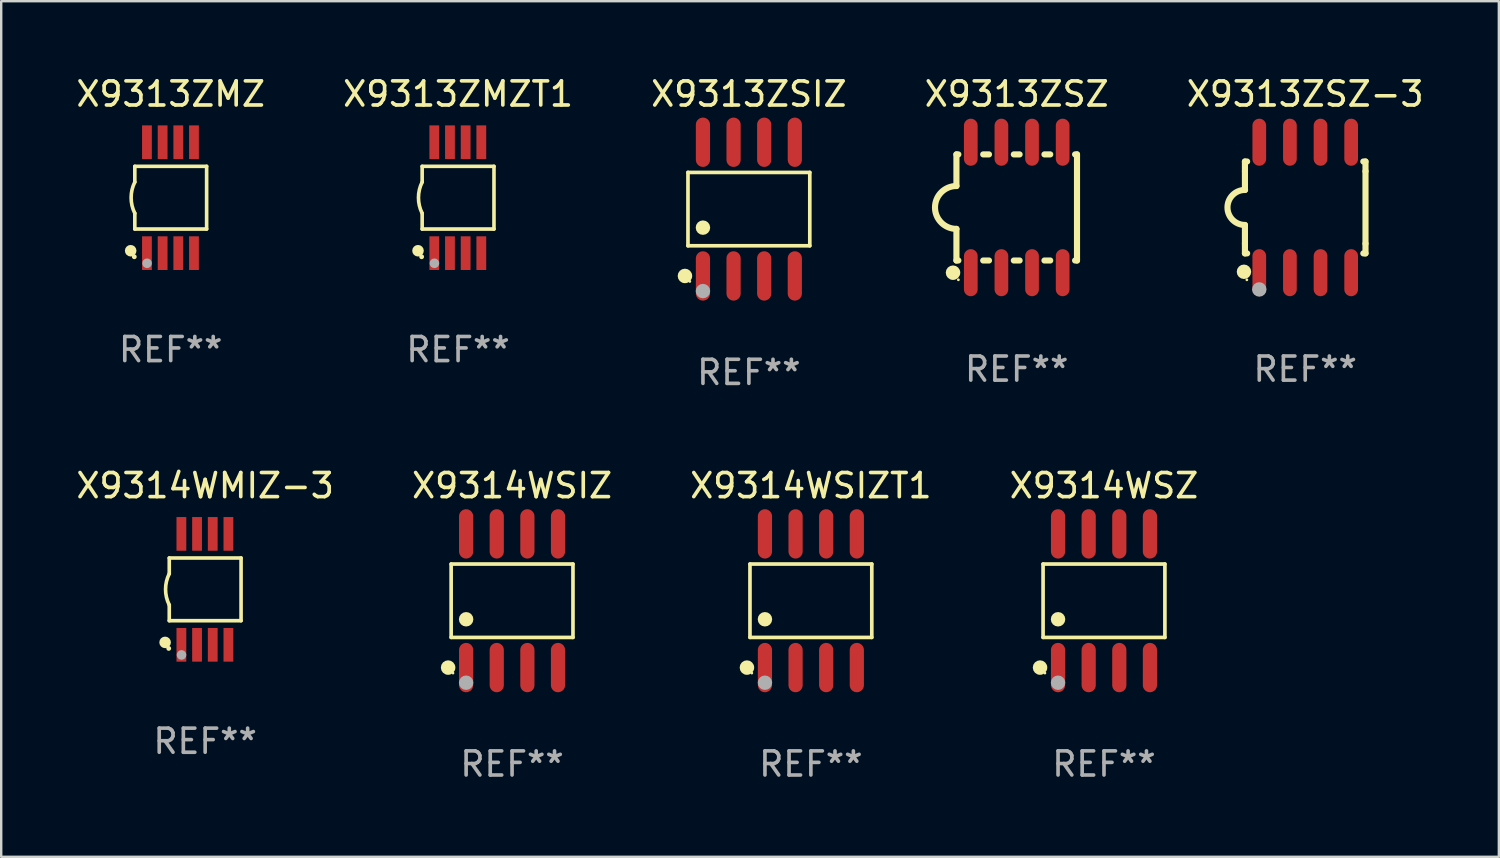
<source format=kicad_pcb>
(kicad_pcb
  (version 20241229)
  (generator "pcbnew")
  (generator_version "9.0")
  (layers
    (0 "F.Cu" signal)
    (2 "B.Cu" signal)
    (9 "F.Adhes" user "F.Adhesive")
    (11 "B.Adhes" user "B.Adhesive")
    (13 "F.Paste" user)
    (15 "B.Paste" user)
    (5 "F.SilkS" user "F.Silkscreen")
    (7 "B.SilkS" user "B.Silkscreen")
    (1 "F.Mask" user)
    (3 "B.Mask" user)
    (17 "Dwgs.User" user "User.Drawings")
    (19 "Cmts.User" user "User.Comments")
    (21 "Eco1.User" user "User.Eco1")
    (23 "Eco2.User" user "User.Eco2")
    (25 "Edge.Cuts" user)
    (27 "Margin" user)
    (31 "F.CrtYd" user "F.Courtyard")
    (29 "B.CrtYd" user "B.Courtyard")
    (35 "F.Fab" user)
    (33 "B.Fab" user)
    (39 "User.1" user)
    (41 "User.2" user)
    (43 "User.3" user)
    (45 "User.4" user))
  (footprint "X9314WSIZ"
    (layer "F.Cu")
    (at 18.185 21.862)
    (property "Reference" "X9314WSIZ" (at 0 -4.772 0) (layer "F.SilkS") (effects (font (size 1 1) (thickness 0.15))))
    (attr through_hole)
    (fp_line (start -2.526 -1.521) (end 2.526 -1.521) (stroke (width 0.152) (type solid)) (layer "F.SilkS"))
    (fp_line (start -2.526 1.521) (end -2.526 -1.521) (stroke (width 0.152) (type solid)) (layer "F.SilkS"))
    (fp_line (start 2.526 -1.521) (end 2.526 1.521) (stroke (width 0.152) (type solid)) (layer "F.SilkS"))
    (fp_line (start 2.526 1.521) (end -2.526 1.521) (stroke (width 0.152) (type solid)) (layer "F.SilkS"))
    (fp_circle (center -2.652 2.772) (end -2.501 2.772) (stroke (width 0.3) (type solid)) (fill no) (layer "F.SilkS"))
    (fp_circle (center -2.45 3) (end -2.42 3) (stroke (width 0.06) (type solid)) (fill no) (layer "F.SilkS"))
    (fp_circle (center -1.905 0.769) (end -1.755 0.769) (stroke (width 0.3) (type solid)) (fill no) (layer "F.SilkS"))
    (fp_circle (center -1.905 3.4) (end -1.755 3.4) (stroke (width 0.3) (type solid)) (fill no) (layer "F.Fab"))
    (fp_text user "REF**" (at 0 6.772 0) (layer "F.Fab") (effects (font (size 1 1) (thickness 0.15))))
    (pad "1" smd oval (at -1.905 2.772) (size 0.588 2.045) (layers "F.Cu" "F.Mask" "F.Paste"))
    (pad "2" smd oval (at -0.635 2.772) (size 0.588 2.045) (layers "F.Cu" "F.Mask" "F.Paste"))
    (pad "3" smd oval (at 0.635 2.772) (size 0.588 2.045) (layers "F.Cu" "F.Mask" "F.Paste"))
    (pad "4" smd oval (at 1.905 2.772) (size 0.588 2.045) (layers "F.Cu" "F.Mask" "F.Paste"))
    (pad "5" smd oval (at 1.905 -2.772) (size 0.588 2.045) (layers "F.Cu" "F.Mask" "F.Paste"))
    (pad "6" smd oval (at 0.635 -2.772) (size 0.588 2.045) (layers "F.Cu" "F.Mask" "F.Paste"))
    (pad "7" smd oval (at -0.635 -2.772) (size 0.588 2.045) (layers "F.Cu" "F.Mask" "F.Paste"))
    (pad "8" smd oval (at -1.905 -2.772) (size 0.588 2.045) (layers "F.Cu" "F.Mask" "F.Paste")))
  (footprint "X9313ZMZ"
    (layer "F.Cu")
    (at 4.03 5.148)
    (property "Reference" "X9313ZMZ" (at 0 -4.3 0) (layer "F.SilkS") (effects (font (size 1 1) (thickness 0.15))))
    (attr through_hole)
    (fp_line (start -1.489 -1.3) (end -1.489 -0.648) (stroke (width 0.15) (type solid)) (layer "F.SilkS"))
    (fp_line (start -1.489 0.648) (end -1.489 1.3) (stroke (width 0.15) (type solid)) (layer "F.SilkS"))
    (fp_line (start -1.489 1.3) (end 1.489 1.3) (stroke (width 0.15) (type solid)) (layer "F.SilkS"))
    (fp_line (start 1.489 -1.3) (end -1.489 -1.3) (stroke (width 0.15) (type solid)) (layer "F.SilkS"))
    (fp_line (start 1.489 1.3) (end 1.489 -1.3) (stroke (width 0.15) (type solid)) (layer "F.SilkS"))
    (fp_arc (start -1.489205 0.647702) (mid -1.642107 0) (end -1.489205 -0.647701) (stroke (width 0.150013) (type solid)) (layer "F.SilkS"))
    (fp_circle (center -1.661 2.2) (end -1.541 2.2) (stroke (width 0.24) (type solid)) (fill no) (layer "F.SilkS"))
    (fp_circle (center -1.511 2.45) (end -1.461 2.45) (stroke (width 0.1) (type solid)) (fill no) (layer "F.SilkS"))
    (fp_circle (center -0.981 2.72) (end -0.881 2.72) (stroke (width 0.2) (type solid)) (fill no) (layer "F.Fab"))
    (fp_text user "REF**" (at 0 6.3 0) (layer "F.Fab") (effects (font (size 1 1) (thickness 0.15))))
    (pad "1" smd rect (at -0.986 2.3) (size 0.406 1.397) (layers "F.Cu" "F.Mask" "F.Paste"))
    (pad "2" smd rect (at -0.336 2.3) (size 0.406 1.397) (layers "F.Cu" "F.Mask" "F.Paste"))
    (pad "3" smd rect (at 0.314 2.3) (size 0.406 1.397) (layers "F.Cu" "F.Mask" "F.Paste"))
    (pad "4" smd rect (at 0.964 2.3) (size 0.406 1.397) (layers "F.Cu" "F.Mask" "F.Paste"))
    (pad "5" smd rect (at 0.964 -2.3) (size 0.406 1.397) (layers "F.Cu" "F.Mask" "F.Paste"))
    (pad "6" smd rect (at 0.314 -2.3) (size 0.406 1.397) (layers "F.Cu" "F.Mask" "F.Paste"))
    (pad "7" smd rect (at -0.336 -2.3) (size 0.406 1.397) (layers "F.Cu" "F.Mask" "F.Paste"))
    (pad "8" smd rect (at -0.986 -2.3) (size 0.406 1.397) (layers "F.Cu" "F.Mask" "F.Paste")))
  (footprint "X9313ZMZT1"
    (layer "F.Cu")
    (at 15.946 5.148)
    (property "Reference" "X9313ZMZT1" (at 0 -4.3 0) (layer "F.SilkS") (effects (font (size 1 1) (thickness 0.15))))
    (attr through_hole)
    (fp_line (start -1.489 -1.3) (end -1.489 -0.648) (stroke (width 0.15) (type solid)) (layer "F.SilkS"))
    (fp_line (start -1.489 0.648) (end -1.489 1.3) (stroke (width 0.15) (type solid)) (layer "F.SilkS"))
    (fp_line (start -1.489 1.3) (end 1.489 1.3) (stroke (width 0.15) (type solid)) (layer "F.SilkS"))
    (fp_line (start 1.489 -1.3) (end -1.489 -1.3) (stroke (width 0.15) (type solid)) (layer "F.SilkS"))
    (fp_line (start 1.489 1.3) (end 1.489 -1.3) (stroke (width 0.15) (type solid)) (layer "F.SilkS"))
    (fp_arc (start -1.489205 0.647702) (mid -1.642107 0) (end -1.489205 -0.647701) (stroke (width 0.150013) (type solid)) (layer "F.SilkS"))
    (fp_circle (center -1.661 2.2) (end -1.541 2.2) (stroke (width 0.24) (type solid)) (fill no) (layer "F.SilkS"))
    (fp_circle (center -1.511 2.45) (end -1.461 2.45) (stroke (width 0.1) (type solid)) (fill no) (layer "F.SilkS"))
    (fp_circle (center -0.981 2.72) (end -0.881 2.72) (stroke (width 0.2) (type solid)) (fill no) (layer "F.Fab"))
    (fp_text user "REF**" (at 0 6.3 0) (layer "F.Fab") (effects (font (size 1 1) (thickness 0.15))))
    (pad "1" smd rect (at -0.986 2.3) (size 0.406 1.397) (layers "F.Cu" "F.Mask" "F.Paste"))
    (pad "2" smd rect (at -0.336 2.3) (size 0.406 1.397) (layers "F.Cu" "F.Mask" "F.Paste"))
    (pad "3" smd rect (at 0.314 2.3) (size 0.406 1.397) (layers "F.Cu" "F.Mask" "F.Paste"))
    (pad "4" smd rect (at 0.964 2.3) (size 0.406 1.397) (layers "F.Cu" "F.Mask" "F.Paste"))
    (pad "5" smd rect (at 0.964 -2.3) (size 0.406 1.397) (layers "F.Cu" "F.Mask" "F.Paste"))
    (pad "6" smd rect (at 0.314 -2.3) (size 0.406 1.397) (layers "F.Cu" "F.Mask" "F.Paste"))
    (pad "7" smd rect (at -0.336 -2.3) (size 0.406 1.397) (layers "F.Cu" "F.Mask" "F.Paste"))
    (pad "8" smd rect (at -0.986 -2.3) (size 0.406 1.397) (layers "F.Cu" "F.Mask" "F.Paste")))
  (footprint "X9313ZSZ"
    (layer "F.Cu")
    (at 39.113 5.553)
    (property "Reference" "X9313ZSZ" (at 0 -4.705 0) (layer "F.SilkS") (effects (font (size 1 1) (thickness 0.15))))
    (attr through_hole)
    (fp_line (start -2.5 -2.2) (end -2.5 -0.889) (stroke (width 0.254) (type solid)) (layer "F.SilkS"))
    (fp_line (start -2.5 2.2) (end -2.5 0.889) (stroke (width 0.254) (type solid)) (layer "F.SilkS"))
    (fp_line (start -2.42 -2.2) (end -2.5 -2.2) (stroke (width 0.254) (type solid)) (layer "F.SilkS"))
    (fp_line (start -2.42 2.2) (end -2.5 2.2) (stroke (width 0.254) (type solid)) (layer "F.SilkS"))
    (fp_line (start -1.15 -2.2) (end -1.39 -2.2) (stroke (width 0.254) (type solid)) (layer "F.SilkS"))
    (fp_line (start -1.15 2.2) (end -1.39 2.2) (stroke (width 0.254) (type solid)) (layer "F.SilkS"))
    (fp_line (start 0.12 -2.2) (end -0.12 -2.2) (stroke (width 0.254) (type solid)) (layer "F.SilkS"))
    (fp_line (start 0.12 2.2) (end -0.12 2.2) (stroke (width 0.254) (type solid)) (layer "F.SilkS"))
    (fp_line (start 1.39 -2.2) (end 1.15 -2.2) (stroke (width 0.254) (type solid)) (layer "F.SilkS"))
    (fp_line (start 1.39 2.2) (end 1.15 2.2) (stroke (width 0.254) (type solid)) (layer "F.SilkS"))
    (fp_line (start 2.5 -2.2) (end 2.42 -2.2) (stroke (width 0.254) (type solid)) (layer "F.SilkS"))
    (fp_line (start 2.5 -2.2) (end 2.5 2.2) (stroke (width 0.254) (type solid)) (layer "F.SilkS"))
    (fp_line (start 2.5 2.2) (end 2.42 2.2) (stroke (width 0.254) (type solid)) (layer "F.SilkS"))
    (fp_arc (start -2.5 0.889002) (mid -3.388367 -0.000318) (end -2.499365 -0.889002) (stroke (width 0.254001) (type solid)) (layer "F.SilkS"))
    (fp_circle (center -2.642 2.705) (end -2.491 2.705) (stroke (width 0.3) (type solid)) (fill no) (layer "F.SilkS"))
    (fp_circle (center -2.42 3) (end -2.39 3) (stroke (width 0.06) (type solid)) (fill no) (layer "F.SilkS"))
    (fp_text user "REF**" (at 0 6.705 0) (layer "F.Fab") (effects (font (size 1 1) (thickness 0.15))))
    (pad "1" smd oval (at -1.905 2.705) (size 0.568 1.95) (layers "F.Cu" "F.Mask" "F.Paste"))
    (pad "2" smd oval (at -0.635 2.705) (size 0.568 1.95) (layers "F.Cu" "F.Mask" "F.Paste"))
    (pad "3" smd oval (at 0.635 2.705) (size 0.568 1.95) (layers "F.Cu" "F.Mask" "F.Paste"))
    (pad "4" smd oval (at 1.905 2.705) (size 0.568 1.95) (layers "F.Cu" "F.Mask" "F.Paste"))
    (pad "5" smd oval (at 1.905 -2.705) (size 0.568 1.95) (layers "F.Cu" "F.Mask" "F.Paste"))
    (pad "6" smd oval (at 0.635 -2.705) (size 0.568 1.95) (layers "F.Cu" "F.Mask" "F.Paste"))
    (pad "7" smd oval (at -0.635 -2.705) (size 0.568 1.95) (layers "F.Cu" "F.Mask" "F.Paste"))
    (pad "8" smd oval (at -1.905 -2.705) (size 0.568 1.95) (layers "F.Cu" "F.Mask" "F.Paste")))
  (footprint "X9314WSZ"
    (layer "F.Cu")
    (at 42.732 21.862)
    (property "Reference" "X9314WSZ" (at 0 -4.772 0) (layer "F.SilkS") (effects (font (size 1 1) (thickness 0.15))))
    (attr through_hole)
    (fp_line (start -2.526 -1.521) (end 2.526 -1.521) (stroke (width 0.152) (type solid)) (layer "F.SilkS"))
    (fp_line (start -2.526 1.521) (end -2.526 -1.521) (stroke (width 0.152) (type solid)) (layer "F.SilkS"))
    (fp_line (start 2.526 -1.521) (end 2.526 1.521) (stroke (width 0.152) (type solid)) (layer "F.SilkS"))
    (fp_line (start 2.526 1.521) (end -2.526 1.521) (stroke (width 0.152) (type solid)) (layer "F.SilkS"))
    (fp_circle (center -2.652 2.772) (end -2.501 2.772) (stroke (width 0.3) (type solid)) (fill no) (layer "F.SilkS"))
    (fp_circle (center -2.45 3) (end -2.42 3) (stroke (width 0.06) (type solid)) (fill no) (layer "F.SilkS"))
    (fp_circle (center -1.905 0.769) (end -1.755 0.769) (stroke (width 0.3) (type solid)) (fill no) (layer "F.SilkS"))
    (fp_circle (center -1.905 3.4) (end -1.755 3.4) (stroke (width 0.3) (type solid)) (fill no) (layer "F.Fab"))
    (fp_text user "REF**" (at 0 6.772 0) (layer "F.Fab") (effects (font (size 1 1) (thickness 0.15))))
    (pad "1" smd oval (at -1.905 2.772) (size 0.588 2.045) (layers "F.Cu" "F.Mask" "F.Paste"))
    (pad "2" smd oval (at -0.635 2.772) (size 0.588 2.045) (layers "F.Cu" "F.Mask" "F.Paste"))
    (pad "3" smd oval (at 0.635 2.772) (size 0.588 2.045) (layers "F.Cu" "F.Mask" "F.Paste"))
    (pad "4" smd oval (at 1.905 2.772) (size 0.588 2.045) (layers "F.Cu" "F.Mask" "F.Paste"))
    (pad "5" smd oval (at 1.905 -2.772) (size 0.588 2.045) (layers "F.Cu" "F.Mask" "F.Paste"))
    (pad "6" smd oval (at 0.635 -2.772) (size 0.588 2.045) (layers "F.Cu" "F.Mask" "F.Paste"))
    (pad "7" smd oval (at -0.635 -2.772) (size 0.588 2.045) (layers "F.Cu" "F.Mask" "F.Paste"))
    (pad "8" smd oval (at -1.905 -2.772) (size 0.588 2.045) (layers "F.Cu" "F.Mask" "F.Paste")))
  (footprint "X9313ZSIZ"
    (layer "F.Cu")
    (at 28.006 5.621)
    (property "Reference" "X9313ZSIZ" (at 0 -4.772 0) (layer "F.SilkS") (effects (font (size 1 1) (thickness 0.15))))
    (attr through_hole)
    (fp_line (start -2.526 -1.521) (end 2.526 -1.521) (stroke (width 0.152) (type solid)) (layer "F.SilkS"))
    (fp_line (start -2.526 1.521) (end -2.526 -1.521) (stroke (width 0.152) (type solid)) (layer "F.SilkS"))
    (fp_line (start 2.526 -1.521) (end 2.526 1.521) (stroke (width 0.152) (type solid)) (layer "F.SilkS"))
    (fp_line (start 2.526 1.521) (end -2.526 1.521) (stroke (width 0.152) (type solid)) (layer "F.SilkS"))
    (fp_circle (center -2.652 2.772) (end -2.501 2.772) (stroke (width 0.3) (type solid)) (fill no) (layer "F.SilkS"))
    (fp_circle (center -2.45 3) (end -2.42 3) (stroke (width 0.06) (type solid)) (fill no) (layer "F.SilkS"))
    (fp_circle (center -1.905 0.769) (end -1.755 0.769) (stroke (width 0.3) (type solid)) (fill no) (layer "F.SilkS"))
    (fp_circle (center -1.905 3.4) (end -1.755 3.4) (stroke (width 0.3) (type solid)) (fill no) (layer "F.Fab"))
    (fp_text user "REF**" (at 0 6.772 0) (layer "F.Fab") (effects (font (size 1 1) (thickness 0.15))))
    (pad "1" smd oval (at -1.905 2.772) (size 0.588 2.045) (layers "F.Cu" "F.Mask" "F.Paste"))
    (pad "2" smd oval (at -0.635 2.772) (size 0.588 2.045) (layers "F.Cu" "F.Mask" "F.Paste"))
    (pad "3" smd oval (at 0.635 2.772) (size 0.588 2.045) (layers "F.Cu" "F.Mask" "F.Paste"))
    (pad "4" smd oval (at 1.905 2.772) (size 0.588 2.045) (layers "F.Cu" "F.Mask" "F.Paste"))
    (pad "5" smd oval (at 1.905 -2.772) (size 0.588 2.045) (layers "F.Cu" "F.Mask" "F.Paste"))
    (pad "6" smd oval (at 0.635 -2.772) (size 0.588 2.045) (layers "F.Cu" "F.Mask" "F.Paste"))
    (pad "7" smd oval (at -0.635 -2.772) (size 0.588 2.045) (layers "F.Cu" "F.Mask" "F.Paste"))
    (pad "8" smd oval (at -1.905 -2.772) (size 0.588 2.045) (layers "F.Cu" "F.Mask" "F.Paste")))
  (footprint "X9314WMIZ-3"
    (layer "F.Cu")
    (at 5.458 21.39)
    (property "Reference" "X9314WMIZ-3" (at 0 -4.3 0) (layer "F.SilkS") (effects (font (size 1 1) (thickness 0.15))))
    (attr through_hole)
    (fp_line (start -1.489 -1.3) (end -1.489 -0.648) (stroke (width 0.15) (type solid)) (layer "F.SilkS"))
    (fp_line (start -1.489 0.648) (end -1.489 1.3) (stroke (width 0.15) (type solid)) (layer "F.SilkS"))
    (fp_line (start -1.489 1.3) (end 1.489 1.3) (stroke (width 0.15) (type solid)) (layer "F.SilkS"))
    (fp_line (start 1.489 -1.3) (end -1.489 -1.3) (stroke (width 0.15) (type solid)) (layer "F.SilkS"))
    (fp_line (start 1.489 1.3) (end 1.489 -1.3) (stroke (width 0.15) (type solid)) (layer "F.SilkS"))
    (fp_arc (start -1.489205 0.647702) (mid -1.642107 0) (end -1.489205 -0.647701) (stroke (width 0.150013) (type solid)) (layer "F.SilkS"))
    (fp_circle (center -1.661 2.2) (end -1.541 2.2) (stroke (width 0.24) (type solid)) (fill no) (layer "F.SilkS"))
    (fp_circle (center -1.511 2.45) (end -1.461 2.45) (stroke (width 0.1) (type solid)) (fill no) (layer "F.SilkS"))
    (fp_circle (center -0.981 2.72) (end -0.881 2.72) (stroke (width 0.2) (type solid)) (fill no) (layer "F.Fab"))
    (fp_text user "REF**" (at 0 6.3 0) (layer "F.Fab") (effects (font (size 1 1) (thickness 0.15))))
    (pad "1" smd rect (at -0.986 2.3) (size 0.406 1.397) (layers "F.Cu" "F.Mask" "F.Paste"))
    (pad "2" smd rect (at -0.336 2.3) (size 0.406 1.397) (layers "F.Cu" "F.Mask" "F.Paste"))
    (pad "3" smd rect (at 0.314 2.3) (size 0.406 1.397) (layers "F.Cu" "F.Mask" "F.Paste"))
    (pad "4" smd rect (at 0.964 2.3) (size 0.406 1.397) (layers "F.Cu" "F.Mask" "F.Paste"))
    (pad "5" smd rect (at 0.964 -2.3) (size 0.406 1.397) (layers "F.Cu" "F.Mask" "F.Paste"))
    (pad "6" smd rect (at 0.314 -2.3) (size 0.406 1.397) (layers "F.Cu" "F.Mask" "F.Paste"))
    (pad "7" smd rect (at -0.336 -2.3) (size 0.406 1.397) (layers "F.Cu" "F.Mask" "F.Paste"))
    (pad "8" smd rect (at -0.986 -2.3) (size 0.406 1.397) (layers "F.Cu" "F.Mask" "F.Paste")))
  (footprint "X9313ZSZ-3"
    (layer "F.Cu")
    (at 51.077 5.553)
    (property "Reference" "X9313ZSZ-3" (at 0 -4.705 0) (layer "F.SilkS") (effects (font (size 1 1) (thickness 0.15))))
    (attr through_hole)
    (fp_line (start -2.5 -1.905) (end -2.409 -1.905) (stroke (width 0.254) (type solid)) (layer "F.SilkS"))
    (fp_line (start -2.5 -1.5) (end -2.5 -1.905) (stroke (width 0.254) (type solid)) (layer "F.SilkS"))
    (fp_line (start -2.5 -1.5) (end -2.5 -0.726) (stroke (width 0.254) (type solid)) (layer "F.SilkS"))
    (fp_line (start -2.5 1.5) (end -2.5 0.727) (stroke (width 0.254) (type solid)) (layer "F.SilkS"))
    (fp_line (start -2.5 1.5) (end -2.5 1.905) (stroke (width 0.254) (type solid)) (layer "F.SilkS"))
    (fp_line (start -2.5 1.905) (end -2.409 1.905) (stroke (width 0.254) (type solid)) (layer "F.SilkS"))
    (fp_line (start 2.5 -1.905) (end 2.409 -1.905) (stroke (width 0.254) (type solid)) (layer "F.SilkS"))
    (fp_line (start 2.5 -1.5) (end 2.5 -1.905) (stroke (width 0.254) (type solid)) (layer "F.SilkS"))
    (fp_line (start 2.5 -1.5) (end 2.5 1.5) (stroke (width 0.254) (type solid)) (layer "F.SilkS"))
    (fp_line (start 2.5 1.5) (end 2.5 1.905) (stroke (width 0.254) (type solid)) (layer "F.SilkS"))
    (fp_line (start 2.5 1.905) (end 2.409 1.905) (stroke (width 0.254) (type solid)) (layer "F.SilkS"))
    (fp_arc (start -2.5 0.726568) (mid -3.220316 -0.0023) (end -2.495097 -0.726289) (stroke (width 0.254001) (type solid)) (layer "F.SilkS"))
    (fp_circle (center -2.54 2.667) (end -2.39 2.667) (stroke (width 0.3) (type solid)) (fill no) (layer "F.SilkS"))
    (fp_circle (center -2.42 3) (end -2.39 3) (stroke (width 0.06) (type solid)) (fill no) (layer "F.SilkS"))
    (fp_circle (center -1.905 3.4) (end -1.755 3.4) (stroke (width 0.3) (type solid)) (fill no) (layer "F.Fab"))
    (fp_text user "REF**" (at 0 6.705 0) (layer "F.Fab") (effects (font (size 1 1) (thickness 0.15))))
    (pad "1" smd oval (at -1.905 2.705) (size 0.568 1.95) (layers "F.Cu" "F.Mask" "F.Paste"))
    (pad "2" smd oval (at -0.635 2.705) (size 0.568 1.95) (layers "F.Cu" "F.Mask" "F.Paste"))
    (pad "3" smd oval (at 0.635 2.705) (size 0.568 1.95) (layers "F.Cu" "F.Mask" "F.Paste"))
    (pad "4" smd oval (at 1.905 2.705) (size 0.568 1.95) (layers "F.Cu" "F.Mask" "F.Paste"))
    (pad "5" smd oval (at 1.905 -2.705) (size 0.568 1.95) (layers "F.Cu" "F.Mask" "F.Paste"))
    (pad "6" smd oval (at 0.635 -2.705) (size 0.568 1.95) (layers "F.Cu" "F.Mask" "F.Paste"))
    (pad "7" smd oval (at -0.635 -2.705) (size 0.568 1.95) (layers "F.Cu" "F.Mask" "F.Paste"))
    (pad "8" smd oval (at -1.905 -2.705) (size 0.568 1.95) (layers "F.Cu" "F.Mask" "F.Paste")))
  (footprint "X9314WSIZT1"
    (layer "F.Cu")
    (at 30.577 21.862)
    (property "Reference" "X9314WSIZT1" (at 0 -4.772 0) (layer "F.SilkS") (effects (font (size 1 1) (thickness 0.15))))
    (attr through_hole)
    (fp_line (start -2.526 -1.521) (end 2.526 -1.521) (stroke (width 0.152) (type solid)) (layer "F.SilkS"))
    (fp_line (start -2.526 1.521) (end -2.526 -1.521) (stroke (width 0.152) (type solid)) (layer "F.SilkS"))
    (fp_line (start 2.526 -1.521) (end 2.526 1.521) (stroke (width 0.152) (type solid)) (layer "F.SilkS"))
    (fp_line (start 2.526 1.521) (end -2.526 1.521) (stroke (width 0.152) (type solid)) (layer "F.SilkS"))
    (fp_circle (center -2.652 2.772) (end -2.501 2.772) (stroke (width 0.3) (type solid)) (fill no) (layer "F.SilkS"))
    (fp_circle (center -2.45 3) (end -2.42 3) (stroke (width 0.06) (type solid)) (fill no) (layer "F.SilkS"))
    (fp_circle (center -1.905 0.769) (end -1.755 0.769) (stroke (width 0.3) (type solid)) (fill no) (layer "F.SilkS"))
    (fp_circle (center -1.905 3.4) (end -1.755 3.4) (stroke (width 0.3) (type solid)) (fill no) (layer "F.Fab"))
    (fp_text user "REF**" (at 0 6.772 0) (layer "F.Fab") (effects (font (size 1 1) (thickness 0.15))))
    (pad "1" smd oval (at -1.905 2.772) (size 0.588 2.045) (layers "F.Cu" "F.Mask" "F.Paste"))
    (pad "2" smd oval (at -0.635 2.772) (size 0.588 2.045) (layers "F.Cu" "F.Mask" "F.Paste"))
    (pad "3" smd oval (at 0.635 2.772) (size 0.588 2.045) (layers "F.Cu" "F.Mask" "F.Paste"))
    (pad "4" smd oval (at 1.905 2.772) (size 0.588 2.045) (layers "F.Cu" "F.Mask" "F.Paste"))
    (pad "5" smd oval (at 1.905 -2.772) (size 0.588 2.045) (layers "F.Cu" "F.Mask" "F.Paste"))
    (pad "6" smd oval (at 0.635 -2.772) (size 0.588 2.045) (layers "F.Cu" "F.Mask" "F.Paste"))
    (pad "7" smd oval (at -0.635 -2.772) (size 0.588 2.045) (layers "F.Cu" "F.Mask" "F.Paste"))
    (pad "8" smd oval (at -1.905 -2.772) (size 0.588 2.045) (layers "F.Cu" "F.Mask" "F.Paste")))
  (gr_rect
    (start -3 -3)
    (end 59.107 32.483)
    (stroke (width 0.1) (type default))
    (fill no)
    (layer "Edge.Cuts")))
</source>
